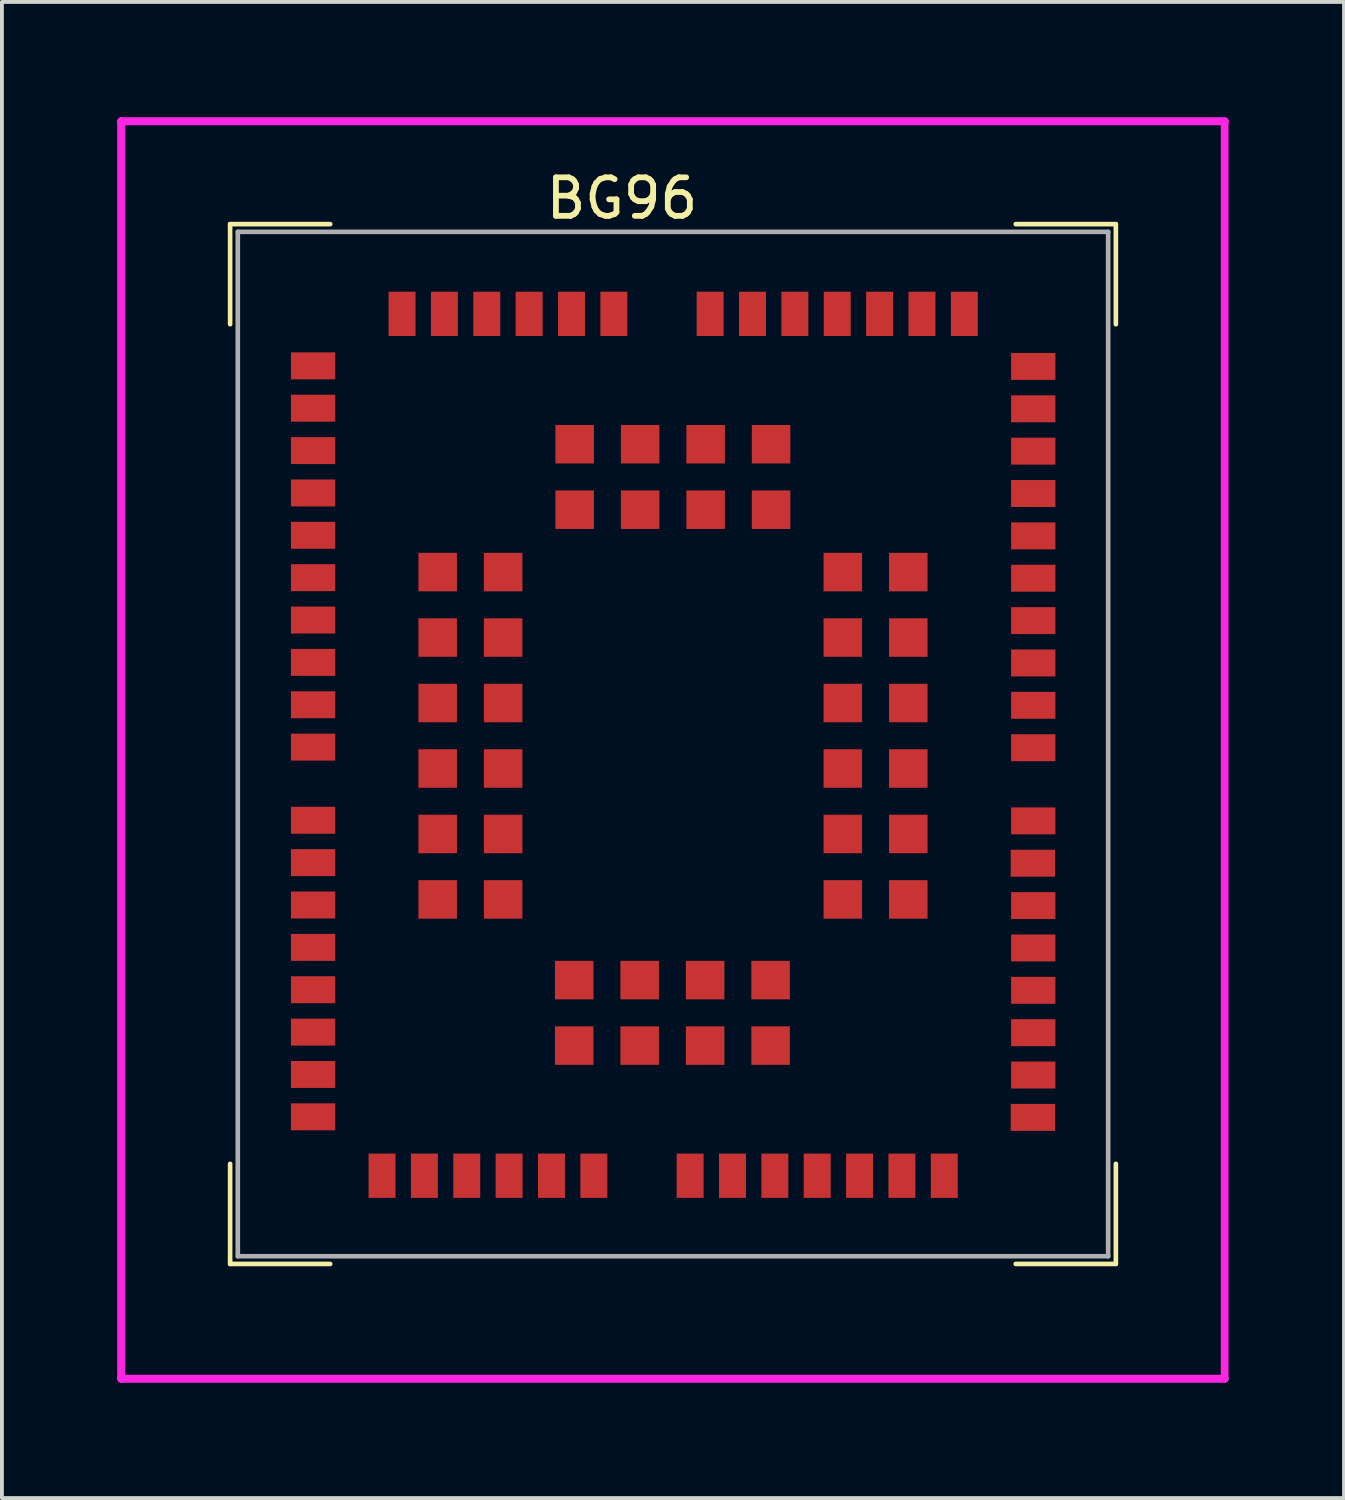
<source format=kicad_pcb>
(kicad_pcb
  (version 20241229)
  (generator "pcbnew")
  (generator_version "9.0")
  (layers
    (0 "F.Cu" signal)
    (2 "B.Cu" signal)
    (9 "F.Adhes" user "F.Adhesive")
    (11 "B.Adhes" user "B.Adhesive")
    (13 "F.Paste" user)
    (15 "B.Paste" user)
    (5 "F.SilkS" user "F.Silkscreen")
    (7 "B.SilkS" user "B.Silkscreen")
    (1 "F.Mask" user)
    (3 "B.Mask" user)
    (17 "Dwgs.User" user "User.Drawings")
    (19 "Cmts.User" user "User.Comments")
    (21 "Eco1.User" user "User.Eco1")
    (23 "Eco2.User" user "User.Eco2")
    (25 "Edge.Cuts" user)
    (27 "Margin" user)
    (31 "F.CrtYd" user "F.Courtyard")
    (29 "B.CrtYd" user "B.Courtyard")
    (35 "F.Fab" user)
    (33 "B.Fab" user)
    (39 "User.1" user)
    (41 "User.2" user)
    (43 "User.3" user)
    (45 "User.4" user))
  (footprint "BG96"
    (layer "F.Cu")
    (at 14.325 16.17)
    (property "Reference" "BG96" (at -1.225 -14.07 0) (layer "F.SilkS") (effects (font (size 1 1) (thickness 0.15))))
    (attr smd)
    (fp_line (start -11.4 -10.8) (end -11.4 -13.4) (stroke (width 0.12) (type solid)) (layer "F.SilkS"))
    (fp_line (start -11.4 11) (end -11.4 13.6) (stroke (width 0.12) (type solid)) (layer "F.SilkS"))
    (fp_line (start -8.8 -13.4) (end -11.4 -13.4) (stroke (width 0.12) (type solid)) (layer "F.SilkS"))
    (fp_line (start -8.8 13.6) (end -11.4 13.6) (stroke (width 0.12) (type solid)) (layer "F.SilkS"))
    (fp_line (start 9 -13.4) (end 11.6 -13.4) (stroke (width 0.12) (type solid)) (layer "F.SilkS"))
    (fp_line (start 9 13.6) (end 11.6 13.6) (stroke (width 0.12) (type solid)) (layer "F.SilkS"))
    (fp_line (start 11.6 -10.8) (end 11.6 -13.4) (stroke (width 0.12) (type solid)) (layer "F.SilkS"))
    (fp_line (start 11.6 11) (end 11.6 13.6) (stroke (width 0.12) (type solid)) (layer "F.SilkS"))
    (fp_line (start 8.88 0.18) (end 8.855 0.18) (stroke (width 0.004) (type solid)) (layer "Dwgs.User"))
    (fp_line (start -14.225 -16.07) (end -14.225 -16.07) (stroke (width 0.2) (type solid)) (layer "F.CrtYd"))
    (fp_line (start -14.225 -16.07) (end -14.225 -16.07) (stroke (width 0.2) (type solid)) (layer "F.CrtYd"))
    (fp_line (start -14.225 -16.07) (end -14.225 16.58) (stroke (width 0.2) (type solid)) (layer "F.CrtYd"))
    (fp_line (start -14.225 -16.07) (end 14.425 -16.07) (stroke (width 0.2) (type solid)) (layer "F.CrtYd"))
    (fp_line (start -14.225 16.58) (end -14.225 -16.07) (stroke (width 0.2) (type solid)) (layer "F.CrtYd"))
    (fp_line (start -14.225 16.58) (end -14.225 16.58) (stroke (width 0.2) (type solid)) (layer "F.CrtYd"))
    (fp_line (start -14.225 16.58) (end -14.225 16.58) (stroke (width 0.2) (type solid)) (layer "F.CrtYd"))
    (fp_line (start -14.225 16.58) (end 14.425 16.58) (stroke (width 0.2) (type solid)) (layer "F.CrtYd"))
    (fp_line (start 14.425 -16.07) (end -14.225 -16.07) (stroke (width 0.2) (type solid)) (layer "F.CrtYd"))
    (fp_line (start 14.425 -16.07) (end 14.425 -16.07) (stroke (width 0.2) (type solid)) (layer "F.CrtYd"))
    (fp_line (start 14.425 16.58) (end -14.225 16.58) (stroke (width 0.2) (type solid)) (layer "F.CrtYd"))
    (fp_line (start 14.425 16.58) (end 14.425 -16.07) (stroke (width 0.2) (type solid)) (layer "F.CrtYd"))
    (fp_line (start 14.425 16.58) (end 14.425 16.58) (stroke (width 0.2) (type solid)) (layer "F.CrtYd"))
    (fp_line (start -11.2 -13.2) (end -11.2 13.4) (stroke (width 0.12) (type solid)) (layer "F.Fab"))
    (fp_line (start -11.2 13.4) (end 11.4 13.4) (stroke (width 0.12) (type solid)) (layer "F.Fab"))
    (fp_line (start 11.4 -13.2) (end -11.2 -13.2) (stroke (width 0.12) (type solid)) (layer "F.Fab"))
    (fp_line (start 11.4 13.4) (end 11.4 -13.2) (stroke (width 0.12) (type solid)) (layer "F.Fab"))
    (pad "1" smd rect (at -9.245 -9.72 180) (size 1.15 0.7) (layers "F.Cu" "F.Mask" "F.Paste"))
    (pad "2" smd rect (at -9.245 -8.62 180) (size 1.15 0.7) (layers "F.Cu" "F.Mask" "F.Paste"))
    (pad "3" smd rect (at -9.245 -7.52 180) (size 1.15 0.7) (layers "F.Cu" "F.Mask" "F.Paste"))
    (pad "4" smd rect (at -9.245 -6.42 180) (size 1.15 0.7) (layers "F.Cu" "F.Mask" "F.Paste"))
    (pad "5" smd rect (at -9.245 -5.32 180) (size 1.15 0.7) (layers "F.Cu" "F.Mask" "F.Paste"))
    (pad "6" smd rect (at -9.245 -4.22 180) (size 1.15 0.7) (layers "F.Cu" "F.Mask" "F.Paste"))
    (pad "7" smd rect (at -9.245 -3.12 180) (size 1.15 0.7) (layers "F.Cu" "F.Mask" "F.Paste"))
    (pad "8" smd rect (at -9.245 -2.02 180) (size 1.15 0.7) (layers "F.Cu" "F.Mask" "F.Paste"))
    (pad "9" smd rect (at -9.245 -0.92) (size 1.15 0.7) (layers "F.Cu" "F.Mask" "F.Paste"))
    (pad "10" smd rect (at -9.245 0.18) (size 1.15 0.7) (layers "F.Cu" "F.Mask" "F.Paste"))
    (pad "11" smd rect (at -9.245 2.08) (size 1.15 0.7) (layers "F.Cu" "F.Mask" "F.Paste"))
    (pad "12" smd rect (at -9.245 3.18) (size 1.15 0.7) (layers "F.Cu" "F.Mask" "F.Paste"))
    (pad "13" smd rect (at -9.245 4.28) (size 1.15 0.7) (layers "F.Cu" "F.Mask" "F.Paste"))
    (pad "14" smd rect (at -9.245 5.38) (size 1.15 0.7) (layers "F.Cu" "F.Mask" "F.Paste"))
    (pad "15" smd rect (at -9.245 6.48) (size 1.15 0.7) (layers "F.Cu" "F.Mask" "F.Paste"))
    (pad "16" smd rect (at -9.245 7.58) (size 1.15 0.7) (layers "F.Cu" "F.Mask" "F.Paste"))
    (pad "17" smd rect (at -9.245 8.68) (size 1.15 0.7) (layers "F.Cu" "F.Mask" "F.Paste"))
    (pad "18" smd rect (at -9.245 9.78) (size 1.15 0.7) (layers "F.Cu" "F.Mask" "F.Paste"))
    (pad "19" smd rect (at -7.455 11.31 90) (size 1.15 0.7) (layers "F.Cu" "F.Mask" "F.Paste"))
    (pad "20" smd rect (at -6.355 11.31 90) (size 1.15 0.7) (layers "F.Cu" "F.Mask" "F.Paste"))
    (pad "21" smd rect (at -5.255 11.31 90) (size 1.15 0.7) (layers "F.Cu" "F.Mask" "F.Paste"))
    (pad "22" smd rect (at -4.155 11.31 90) (size 1.15 0.7) (layers "F.Cu" "F.Mask" "F.Paste"))
    (pad "23" smd rect (at -3.055 11.31 90) (size 1.15 0.7) (layers "F.Cu" "F.Mask" "F.Paste"))
    (pad "24" smd rect (at -1.955 11.31 90) (size 1.15 0.7) (layers "F.Cu" "F.Mask" "F.Paste"))
    (pad "25" smd rect (at 0.545 11.31 270) (size 1.15 0.7) (layers "F.Cu" "F.Mask" "F.Paste"))
    (pad "26" smd rect (at 1.645 11.31 90) (size 1.15 0.7) (layers "F.Cu" "F.Mask" "F.Paste"))
    (pad "27" smd rect (at 2.745 11.31 90) (size 1.15 0.7) (layers "F.Cu" "F.Mask" "F.Paste"))
    (pad "28" smd rect (at 3.845 11.31 90) (size 1.15 0.7) (layers "F.Cu" "F.Mask" "F.Paste"))
    (pad "29" smd rect (at 4.945 11.31 90) (size 1.15 0.7) (layers "F.Cu" "F.Mask" "F.Paste"))
    (pad "30" smd rect (at 6.045 11.31 90) (size 1.15 0.7) (layers "F.Cu" "F.Mask" "F.Paste"))
    (pad "31" smd rect (at 7.145 11.31 90) (size 1.15 0.7) (layers "F.Cu" "F.Mask" "F.Paste"))
    (pad "32" smd rect (at 9.445 9.795) (size 1.15 0.7) (layers "F.Cu" "F.Mask" "F.Paste"))
    (pad "33" smd rect (at 9.455 8.695) (size 1.15 0.7) (layers "F.Cu" "F.Mask" "F.Paste"))
    (pad "34" smd rect (at 9.455 7.595) (size 1.15 0.7) (layers "F.Cu" "F.Mask" "F.Paste"))
    (pad "35" smd rect (at 9.455 6.495) (size 1.15 0.7) (layers "F.Cu" "F.Mask" "F.Paste"))
    (pad "36" smd rect (at 9.455 5.395) (size 1.15 0.7) (layers "F.Cu" "F.Mask" "F.Paste"))
    (pad "37" smd rect (at 9.455 4.295) (size 1.15 0.7) (layers "F.Cu" "F.Mask" "F.Paste"))
    (pad "38" smd rect (at 9.445 3.195) (size 1.15 0.7) (layers "F.Cu" "F.Mask" "F.Paste"))
    (pad "39" smd rect (at 9.455 2.095) (size 1.15 0.7) (layers "F.Cu" "F.Mask" "F.Paste"))
    (pad "40" smd rect (at 9.455 0.195) (size 1.15 0.7) (layers "F.Cu" "F.Mask" "F.Paste"))
    (pad "41" smd rect (at 9.455 -0.905) (size 1.15 0.7) (layers "F.Cu" "F.Mask" "F.Paste"))
    (pad "42" smd rect (at 9.455 -2.005) (size 1.15 0.7) (layers "F.Cu" "F.Mask" "F.Paste"))
    (pad "43" smd rect (at 9.455 -3.105) (size 1.15 0.7) (layers "F.Cu" "F.Mask" "F.Paste"))
    (pad "44" smd rect (at 9.455 -4.205) (size 1.15 0.7) (layers "F.Cu" "F.Mask" "F.Paste"))
    (pad "45" smd rect (at 9.455 -5.305) (size 1.15 0.7) (layers "F.Cu" "F.Mask" "F.Paste"))
    (pad "46" smd rect (at 9.455 -6.405) (size 1.15 0.7) (layers "F.Cu" "F.Mask" "F.Paste"))
    (pad "47" smd rect (at 9.455 -7.505) (size 1.15 0.7) (layers "F.Cu" "F.Mask" "F.Paste"))
    (pad "48" smd rect (at 9.455 -8.605) (size 1.15 0.7) (layers "F.Cu" "F.Mask" "F.Paste"))
    (pad "49" smd rect (at 9.455 -9.705) (size 1.15 0.7) (layers "F.Cu" "F.Mask" "F.Paste"))
    (pad "50" smd rect (at 7.665 -11.07 90) (size 1.15 0.7) (layers "F.Cu" "F.Mask" "F.Paste"))
    (pad "51" smd rect (at 6.565 -11.07 90) (size 1.15 0.7) (layers "F.Cu" "F.Mask" "F.Paste"))
    (pad "52" smd rect (at 5.465 -11.07 90) (size 1.15 0.7) (layers "F.Cu" "F.Mask" "F.Paste"))
    (pad "53" smd rect (at 4.365 -11.07 90) (size 1.15 0.7) (layers "F.Cu" "F.Mask" "F.Paste"))
    (pad "54" smd rect (at 3.265 -11.07 90) (size 1.15 0.7) (layers "F.Cu" "F.Mask" "F.Paste"))
    (pad "55" smd rect (at 2.165 -11.07 90) (size 1.15 0.7) (layers "F.Cu" "F.Mask" "F.Paste"))
    (pad "56" smd rect (at 1.065 -11.07 90) (size 1.15 0.7) (layers "F.Cu" "F.Mask" "F.Paste"))
    (pad "57" smd rect (at -1.435 -11.07 90) (size 1.15 0.7) (layers "F.Cu" "F.Mask" "F.Paste"))
    (pad "58" smd rect (at -2.535 -11.07 90) (size 1.15 0.7) (layers "F.Cu" "F.Mask" "F.Paste"))
    (pad "59" smd rect (at -3.635 -11.07 90) (size 1.15 0.7) (layers "F.Cu" "F.Mask" "F.Paste"))
    (pad "60" smd rect (at -4.735 -11.07 90) (size 1.15 0.7) (layers "F.Cu" "F.Mask" "F.Paste"))
    (pad "61" smd rect (at -5.835 -11.07 90) (size 1.15 0.7) (layers "F.Cu" "F.Mask" "F.Paste"))
    (pad "62" smd rect (at -6.935 -11.07 90) (size 1.15 0.7) (layers "F.Cu" "F.Mask" "F.Paste"))
    (pad "63" smd rect (at -6.01 -4.365) (size 1 1) (layers "F.Cu" "F.Mask" "F.Paste"))
    (pad "64" smd rect (at -6.01 -2.665) (size 1 1) (layers "F.Cu" "F.Mask" "F.Paste"))
    (pad "65" smd rect (at -6.01 -0.965) (size 1 1) (layers "F.Cu" "F.Mask" "F.Paste"))
    (pad "66" smd rect (at -6.01 0.735) (size 1 1) (layers "F.Cu" "F.Mask" "F.Paste"))
    (pad "67" smd rect (at -6.01 2.435) (size 1 1) (layers "F.Cu" "F.Mask" "F.Paste"))
    (pad "68" smd rect (at -6.01 4.135) (size 1 1) (layers "F.Cu" "F.Mask" "F.Paste"))
    (pad "69" smd rect (at -2.465 7.93) (size 1 1) (layers "F.Cu" "F.Mask" "F.Paste"))
    (pad "70" smd rect (at -0.765 7.93) (size 1 1) (layers "F.Cu" "F.Mask" "F.Paste"))
    (pad "71" smd rect (at 0.935 7.93) (size 1 1) (layers "F.Cu" "F.Mask" "F.Paste"))
    (pad "72" smd rect (at 2.635 7.93) (size 1 1) (layers "F.Cu" "F.Mask" "F.Paste"))
    (pad "73" smd rect (at 6.21 4.135) (size 1 1) (layers "F.Cu" "F.Mask" "F.Paste"))
    (pad "74" smd rect (at 6.21 2.435) (size 1 1) (layers "F.Cu" "F.Mask" "F.Paste"))
    (pad "75" smd rect (at 6.21 0.735) (size 1 1) (layers "F.Cu" "F.Mask" "F.Paste"))
    (pad "76" smd rect (at 6.21 -0.965) (size 1 1) (layers "F.Cu" "F.Mask" "F.Paste"))
    (pad "77" smd rect (at 6.21 -2.665) (size 1 1) (layers "F.Cu" "F.Mask" "F.Paste"))
    (pad "78" smd rect (at 6.21 -4.365) (size 1 1) (layers "F.Cu" "F.Mask" "F.Paste"))
    (pad "79" smd rect (at 2.647 -7.685) (size 1 1) (layers "F.Cu" "F.Mask" "F.Paste"))
    (pad "80" smd rect (at 0.948 -7.685) (size 1 1) (layers "F.Cu" "F.Mask" "F.Paste"))
    (pad "81" smd rect (at -0.752 -7.685) (size 1 1) (layers "F.Cu" "F.Mask" "F.Paste"))
    (pad "82" smd rect (at -2.453 -7.685) (size 1 1) (layers "F.Cu" "F.Mask" "F.Paste"))
    (pad "83" smd rect (at -4.31 -4.365) (size 1 1) (layers "F.Cu" "F.Mask" "F.Paste"))
    (pad "84" smd rect (at -4.31 -2.665) (size 1 1) (layers "F.Cu" "F.Mask" "F.Paste"))
    (pad "85" smd rect (at -4.31 -0.965) (size 1 1) (layers "F.Cu" "F.Mask" "F.Paste"))
    (pad "86" smd rect (at -4.31 0.735) (size 1 1) (layers "F.Cu" "F.Mask" "F.Paste"))
    (pad "87" smd rect (at -4.31 2.435) (size 1 1) (layers "F.Cu" "F.Mask" "F.Paste"))
    (pad "88" smd rect (at -4.31 4.135) (size 1 1) (layers "F.Cu" "F.Mask" "F.Paste"))
    (pad "89" smd rect (at -2.465 6.23) (size 1 1) (layers "F.Cu" "F.Mask" "F.Paste"))
    (pad "90" smd rect (at -0.765 6.23) (size 1 1) (layers "F.Cu" "F.Mask" "F.Paste"))
    (pad "91" smd rect (at 0.935 6.23) (size 1 1) (layers "F.Cu" "F.Mask" "F.Paste"))
    (pad "92" smd rect (at 2.635 6.23) (size 1 1) (layers "F.Cu" "F.Mask" "F.Paste"))
    (pad "93" smd rect (at 4.51 4.135) (size 1 1) (layers "F.Cu" "F.Mask" "F.Paste"))
    (pad "94" smd rect (at 4.51 2.435) (size 1 1) (layers "F.Cu" "F.Mask" "F.Paste"))
    (pad "95" smd rect (at 4.51 0.735) (size 1 1) (layers "F.Cu" "F.Mask" "F.Paste"))
    (pad "96" smd rect (at 4.51 -0.965) (size 1 1) (layers "F.Cu" "F.Mask" "F.Paste"))
    (pad "97" smd rect (at 4.51 -2.665) (size 1 1) (layers "F.Cu" "F.Mask" "F.Paste"))
    (pad "98" smd rect (at 4.51 -4.365) (size 1 1) (layers "F.Cu" "F.Mask" "F.Paste"))
    (pad "99" smd rect (at 2.647 -5.985) (size 1 1) (layers "F.Cu" "F.Mask" "F.Paste"))
    (pad "100" smd rect (at 0.948 -5.985) (size 1 1) (layers "F.Cu" "F.Mask" "F.Paste"))
    (pad "101" smd rect (at -0.752 -5.985) (size 1 1) (layers "F.Cu" "F.Mask" "F.Paste"))
    (pad "102" smd rect (at -2.453 -5.985) (size 1 1) (layers "F.Cu" "F.Mask" "F.Paste")))
  (gr_rect
    (start -3 -3)
    (end 31.85 35.85)
    (stroke (width 0.1) (type default))
    (fill no)
    (layer "Edge.Cuts")))
</source>
